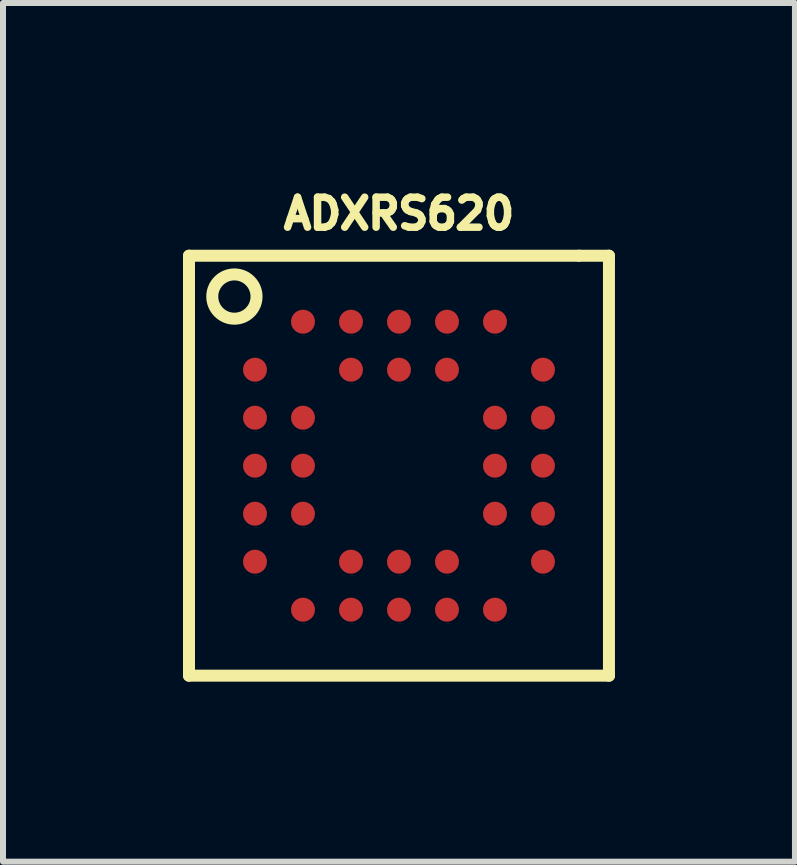
<source format=kicad_pcb>
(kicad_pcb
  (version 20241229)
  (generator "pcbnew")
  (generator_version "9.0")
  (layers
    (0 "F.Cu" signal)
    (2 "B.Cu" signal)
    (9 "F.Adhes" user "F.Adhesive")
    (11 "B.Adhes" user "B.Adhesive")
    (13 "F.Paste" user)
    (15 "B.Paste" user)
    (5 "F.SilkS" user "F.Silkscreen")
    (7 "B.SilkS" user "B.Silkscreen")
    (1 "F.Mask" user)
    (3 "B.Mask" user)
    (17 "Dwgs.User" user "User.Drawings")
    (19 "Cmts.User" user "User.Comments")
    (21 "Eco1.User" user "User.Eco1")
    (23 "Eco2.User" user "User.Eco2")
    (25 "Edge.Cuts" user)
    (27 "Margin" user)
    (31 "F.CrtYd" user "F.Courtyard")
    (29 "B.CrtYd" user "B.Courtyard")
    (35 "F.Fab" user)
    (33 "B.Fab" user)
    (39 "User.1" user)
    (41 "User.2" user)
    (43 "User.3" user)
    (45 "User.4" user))
  (footprint "ADXRS620"
    (layer "F.Cu")
    (at 3.6 4.712)
    (property "Reference" "ADXRS620" (at 0 -4.2 0) (layer "F.SilkS") (effects (font (size 0.5 0.5) (thickness 0.125))))
    (attr smd)
    (fp_line (start -3.5 -3.5) (end 3 -3.5) (stroke (width 0.2) (type solid)) (layer "F.SilkS"))
    (fp_line (start -3.5 0) (end -3.5 -3.5) (stroke (width 0.2) (type solid)) (layer "F.SilkS"))
    (fp_line (start -3.5 0) (end -3.5 3.5) (stroke (width 0.2) (type solid)) (layer "F.SilkS"))
    (fp_line (start -3.5 3.5) (end 3.5 3.5) (stroke (width 0.2) (type solid)) (layer "F.SilkS"))
    (fp_line (start 3 -3.5) (end 3.5 -3.5) (stroke (width 0.2) (type solid)) (layer "F.SilkS"))
    (fp_line (start 3.5 -3.5) (end 3.5 3.5) (stroke (width 0.2) (type solid)) (layer "F.SilkS"))
    (fp_circle (center -2.743 -2.819) (end -2.743 -3.188) (stroke (width 0.2) (type solid)) (fill no) (layer "F.SilkS"))
    (pad "1B" smd circle (at -2.4 -1.6 180) (size 0.399 0.399) (layers "F.Cu" "F.Mask" "F.Paste"))
    (pad "1C" smd circle (at -2.4 -0.8 180) (size 0.399 0.399) (layers "F.Cu" "F.Mask" "F.Paste"))
    (pad "1D" smd circle (at -2.4 0 180) (size 0.399 0.399) (layers "F.Cu" "F.Mask" "F.Paste"))
    (pad "1E" smd circle (at -2.4 0.8 180) (size 0.399 0.399) (layers "F.Cu" "F.Mask" "F.Paste"))
    (pad "1F" smd circle (at -2.4 1.6 180) (size 0.399 0.399) (layers "F.Cu" "F.Mask" "F.Paste"))
    (pad "2A" smd circle (at -1.6 -2.4 180) (size 0.399 0.399) (layers "F.Cu" "F.Mask" "F.Paste"))
    (pad "2C" smd circle (at -1.6 -0.8 180) (size 0.399 0.399) (layers "F.Cu" "F.Mask" "F.Paste"))
    (pad "2D" smd circle (at -1.6 0 180) (size 0.399 0.399) (layers "F.Cu" "F.Mask" "F.Paste"))
    (pad "2E" smd circle (at -1.6 0.8 180) (size 0.399 0.399) (layers "F.Cu" "F.Mask" "F.Paste"))
    (pad "2G" smd circle (at -1.6 2.4 180) (size 0.399 0.399) (layers "F.Cu" "F.Mask" "F.Paste"))
    (pad "3A" smd circle (at -0.8 -2.4 180) (size 0.399 0.399) (layers "F.Cu" "F.Mask" "F.Paste"))
    (pad "3B" smd circle (at -0.8 -1.6 180) (size 0.399 0.399) (layers "F.Cu" "F.Mask" "F.Paste"))
    (pad "3F" smd circle (at -0.8 1.6 180) (size 0.399 0.399) (layers "F.Cu" "F.Mask" "F.Paste"))
    (pad "3G" smd circle (at -0.8 2.4 180) (size 0.399 0.399) (layers "F.Cu" "F.Mask" "F.Paste"))
    (pad "4A" smd circle (at 0 -2.4 180) (size 0.399 0.399) (layers "F.Cu" "F.Mask" "F.Paste"))
    (pad "4B" smd circle (at 0 -1.6 180) (size 0.399 0.399) (layers "F.Cu" "F.Mask" "F.Paste"))
    (pad "4F" smd circle (at 0 1.6 180) (size 0.399 0.399) (layers "F.Cu" "F.Mask" "F.Paste"))
    (pad "4G" smd circle (at 0 2.4 180) (size 0.399 0.399) (layers "F.Cu" "F.Mask" "F.Paste"))
    (pad "5A" smd circle (at 0.8 -2.4 180) (size 0.399 0.399) (layers "F.Cu" "F.Mask" "F.Paste"))
    (pad "5B" smd circle (at 0.8 -1.6 180) (size 0.399 0.399) (layers "F.Cu" "F.Mask" "F.Paste"))
    (pad "5F" smd circle (at 0.8 1.6 180) (size 0.399 0.399) (layers "F.Cu" "F.Mask" "F.Paste"))
    (pad "5G" smd circle (at 0.8 2.4 180) (size 0.399 0.399) (layers "F.Cu" "F.Mask" "F.Paste"))
    (pad "6A" smd circle (at 1.6 -2.4 180) (size 0.399 0.399) (layers "F.Cu" "F.Mask" "F.Paste"))
    (pad "6C" smd circle (at 1.6 -0.8 180) (size 0.399 0.399) (layers "F.Cu" "F.Mask" "F.Paste"))
    (pad "6D" smd circle (at 1.6 0 180) (size 0.399 0.399) (layers "F.Cu" "F.Mask" "F.Paste"))
    (pad "6E" smd circle (at 1.6 0.8 180) (size 0.399 0.399) (layers "F.Cu" "F.Mask" "F.Paste"))
    (pad "6G" smd circle (at 1.6 2.4 180) (size 0.399 0.399) (layers "F.Cu" "F.Mask" "F.Paste"))
    (pad "7B" smd circle (at 2.4 -1.6 180) (size 0.399 0.399) (layers "F.Cu" "F.Mask" "F.Paste"))
    (pad "7C" smd circle (at 2.4 -0.8 180) (size 0.399 0.399) (layers "F.Cu" "F.Mask" "F.Paste"))
    (pad "7D" smd circle (at 2.4 0 180) (size 0.399 0.399) (layers "F.Cu" "F.Mask" "F.Paste"))
    (pad "7E" smd circle (at 2.4 0.8 180) (size 0.399 0.399) (layers "F.Cu" "F.Mask" "F.Paste"))
    (pad "7F" smd circle (at 2.4 1.6 180) (size 0.399 0.399) (layers "F.Cu" "F.Mask" "F.Paste")))
  (gr_rect
    (start -3 -3)
    (end 10.2 11.312)
    (stroke (width 0.1) (type default))
    (fill no)
    (layer "Edge.Cuts")))
</source>
